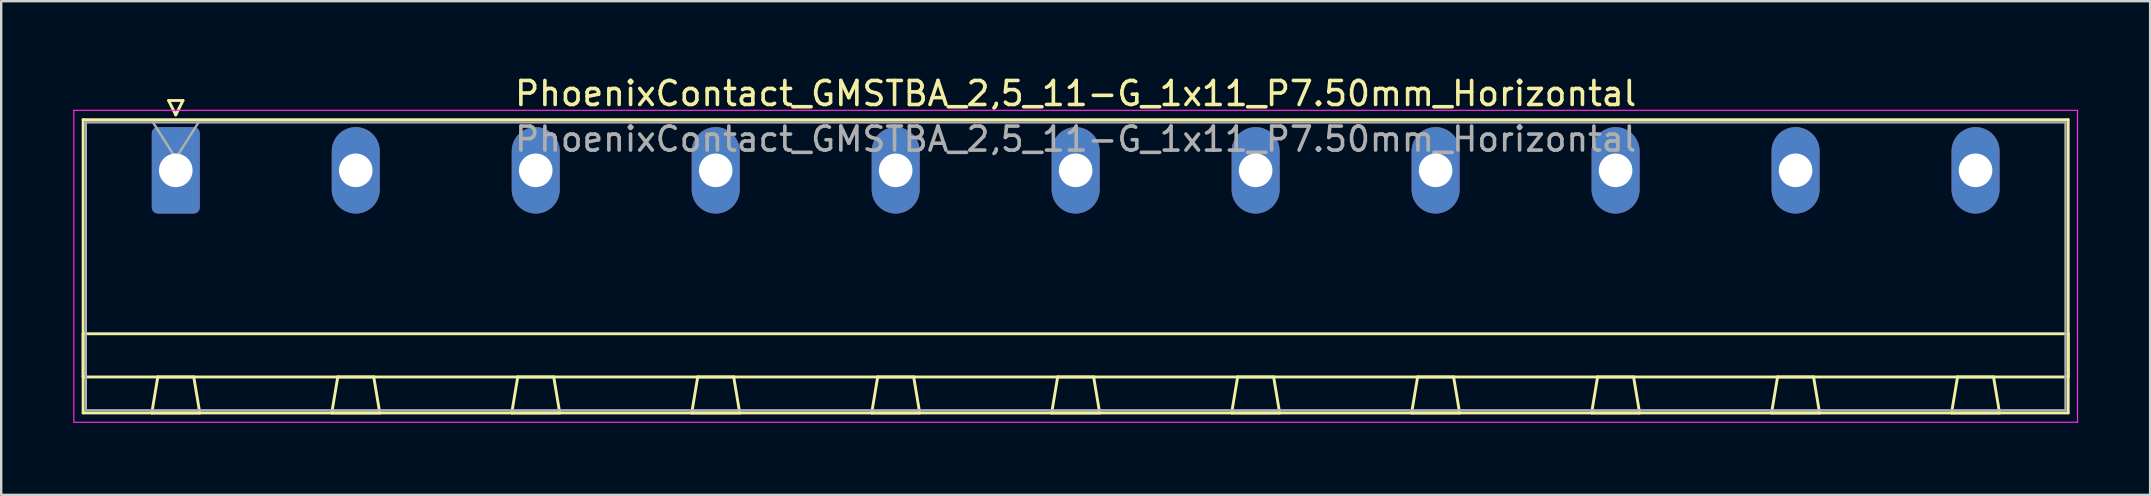
<source format=kicad_pcb>
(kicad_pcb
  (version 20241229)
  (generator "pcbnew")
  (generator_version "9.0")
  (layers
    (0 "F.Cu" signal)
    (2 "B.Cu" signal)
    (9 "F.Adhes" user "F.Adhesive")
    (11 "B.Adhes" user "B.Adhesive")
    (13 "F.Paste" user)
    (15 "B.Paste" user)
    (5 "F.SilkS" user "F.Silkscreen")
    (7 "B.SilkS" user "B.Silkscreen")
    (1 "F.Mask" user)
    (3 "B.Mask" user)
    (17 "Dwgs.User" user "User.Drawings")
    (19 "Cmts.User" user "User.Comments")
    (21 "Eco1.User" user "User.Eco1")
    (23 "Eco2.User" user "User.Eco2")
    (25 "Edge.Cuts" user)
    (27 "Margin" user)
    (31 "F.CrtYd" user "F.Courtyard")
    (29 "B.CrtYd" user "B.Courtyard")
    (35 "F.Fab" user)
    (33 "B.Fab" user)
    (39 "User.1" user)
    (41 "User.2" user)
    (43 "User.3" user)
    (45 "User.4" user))
  (footprint "PhoenixContact_GMSTBA_2,5_11-G_1x11_P7.50mm_Horizontal"
    (layer "F.Cu")
    (at 4.275 4.048)
    (property "Reference" "PhoenixContact_GMSTBA_2,5_11-G_1x11_P7.50mm_Horizontal" (at 37.5 -3.2 0) (layer "F.SilkS") (effects (font (size 1 1) (thickness 0.15))))
    (attr through_hole)
    (fp_line (start -3.86 -2.11) (end -3.86 10.11) (stroke (width 0.12) (type solid)) (layer "F.SilkS"))
    (fp_line (start -3.86 6.81) (end 78.86 6.81) (stroke (width 0.12) (type solid)) (layer "F.SilkS"))
    (fp_line (start -3.86 8.61) (end -3.86 6.81) (stroke (width 0.12) (type solid)) (layer "F.SilkS"))
    (fp_line (start -3.86 10.11) (end 78.86 10.11) (stroke (width 0.12) (type solid)) (layer "F.SilkS"))
    (fp_line (start -1 10.11) (end 1 10.11) (stroke (width 0.12) (type solid)) (layer "F.SilkS"))
    (fp_line (start -0.75 8.61) (end -1 10.11) (stroke (width 0.12) (type solid)) (layer "F.SilkS"))
    (fp_line (start -0.3 -2.91) (end 0.3 -2.91) (stroke (width 0.12) (type solid)) (layer "F.SilkS"))
    (fp_line (start 0 -2.31) (end -0.3 -2.91) (stroke (width 0.12) (type solid)) (layer "F.SilkS"))
    (fp_line (start 0.3 -2.91) (end 0 -2.31) (stroke (width 0.12) (type solid)) (layer "F.SilkS"))
    (fp_line (start 0.75 8.61) (end -0.75 8.61) (stroke (width 0.12) (type solid)) (layer "F.SilkS"))
    (fp_line (start 1 10.11) (end 0.75 8.61) (stroke (width 0.12) (type solid)) (layer "F.SilkS"))
    (fp_line (start 6.5 10.11) (end 8.5 10.11) (stroke (width 0.12) (type solid)) (layer "F.SilkS"))
    (fp_line (start 6.75 8.61) (end 6.5 10.11) (stroke (width 0.12) (type solid)) (layer "F.SilkS"))
    (fp_line (start 8.25 8.61) (end 6.75 8.61) (stroke (width 0.12) (type solid)) (layer "F.SilkS"))
    (fp_line (start 8.5 10.11) (end 8.25 8.61) (stroke (width 0.12) (type solid)) (layer "F.SilkS"))
    (fp_line (start 14 10.11) (end 16 10.11) (stroke (width 0.12) (type solid)) (layer "F.SilkS"))
    (fp_line (start 14.25 8.61) (end 14 10.11) (stroke (width 0.12) (type solid)) (layer "F.SilkS"))
    (fp_line (start 15.75 8.61) (end 14.25 8.61) (stroke (width 0.12) (type solid)) (layer "F.SilkS"))
    (fp_line (start 16 10.11) (end 15.75 8.61) (stroke (width 0.12) (type solid)) (layer "F.SilkS"))
    (fp_line (start 21.5 10.11) (end 23.5 10.11) (stroke (width 0.12) (type solid)) (layer "F.SilkS"))
    (fp_line (start 21.75 8.61) (end 21.5 10.11) (stroke (width 0.12) (type solid)) (layer "F.SilkS"))
    (fp_line (start 23.25 8.61) (end 21.75 8.61) (stroke (width 0.12) (type solid)) (layer "F.SilkS"))
    (fp_line (start 23.5 10.11) (end 23.25 8.61) (stroke (width 0.12) (type solid)) (layer "F.SilkS"))
    (fp_line (start 29 10.11) (end 31 10.11) (stroke (width 0.12) (type solid)) (layer "F.SilkS"))
    (fp_line (start 29.25 8.61) (end 29 10.11) (stroke (width 0.12) (type solid)) (layer "F.SilkS"))
    (fp_line (start 30.75 8.61) (end 29.25 8.61) (stroke (width 0.12) (type solid)) (layer "F.SilkS"))
    (fp_line (start 31 10.11) (end 30.75 8.61) (stroke (width 0.12) (type solid)) (layer "F.SilkS"))
    (fp_line (start 36.5 10.11) (end 38.5 10.11) (stroke (width 0.12) (type solid)) (layer "F.SilkS"))
    (fp_line (start 36.75 8.61) (end 36.5 10.11) (stroke (width 0.12) (type solid)) (layer "F.SilkS"))
    (fp_line (start 38.25 8.61) (end 36.75 8.61) (stroke (width 0.12) (type solid)) (layer "F.SilkS"))
    (fp_line (start 38.5 10.11) (end 38.25 8.61) (stroke (width 0.12) (type solid)) (layer "F.SilkS"))
    (fp_line (start 44 10.11) (end 46 10.11) (stroke (width 0.12) (type solid)) (layer "F.SilkS"))
    (fp_line (start 44.25 8.61) (end 44 10.11) (stroke (width 0.12) (type solid)) (layer "F.SilkS"))
    (fp_line (start 45.75 8.61) (end 44.25 8.61) (stroke (width 0.12) (type solid)) (layer "F.SilkS"))
    (fp_line (start 46 10.11) (end 45.75 8.61) (stroke (width 0.12) (type solid)) (layer "F.SilkS"))
    (fp_line (start 51.5 10.11) (end 53.5 10.11) (stroke (width 0.12) (type solid)) (layer "F.SilkS"))
    (fp_line (start 51.75 8.61) (end 51.5 10.11) (stroke (width 0.12) (type solid)) (layer "F.SilkS"))
    (fp_line (start 53.25 8.61) (end 51.75 8.61) (stroke (width 0.12) (type solid)) (layer "F.SilkS"))
    (fp_line (start 53.5 10.11) (end 53.25 8.61) (stroke (width 0.12) (type solid)) (layer "F.SilkS"))
    (fp_line (start 59 10.11) (end 61 10.11) (stroke (width 0.12) (type solid)) (layer "F.SilkS"))
    (fp_line (start 59.25 8.61) (end 59 10.11) (stroke (width 0.12) (type solid)) (layer "F.SilkS"))
    (fp_line (start 60.75 8.61) (end 59.25 8.61) (stroke (width 0.12) (type solid)) (layer "F.SilkS"))
    (fp_line (start 61 10.11) (end 60.75 8.61) (stroke (width 0.12) (type solid)) (layer "F.SilkS"))
    (fp_line (start 66.5 10.11) (end 68.5 10.11) (stroke (width 0.12) (type solid)) (layer "F.SilkS"))
    (fp_line (start 66.75 8.61) (end 66.5 10.11) (stroke (width 0.12) (type solid)) (layer "F.SilkS"))
    (fp_line (start 68.25 8.61) (end 66.75 8.61) (stroke (width 0.12) (type solid)) (layer "F.SilkS"))
    (fp_line (start 68.5 10.11) (end 68.25 8.61) (stroke (width 0.12) (type solid)) (layer "F.SilkS"))
    (fp_line (start 74 10.11) (end 76 10.11) (stroke (width 0.12) (type solid)) (layer "F.SilkS"))
    (fp_line (start 74.25 8.61) (end 74 10.11) (stroke (width 0.12) (type solid)) (layer "F.SilkS"))
    (fp_line (start 75.75 8.61) (end 74.25 8.61) (stroke (width 0.12) (type solid)) (layer "F.SilkS"))
    (fp_line (start 76 10.11) (end 75.75 8.61) (stroke (width 0.12) (type solid)) (layer "F.SilkS"))
    (fp_line (start 78.86 -2.11) (end -3.86 -2.11) (stroke (width 0.12) (type solid)) (layer "F.SilkS"))
    (fp_line (start 78.86 6.81) (end 78.86 8.61) (stroke (width 0.12) (type solid)) (layer "F.SilkS"))
    (fp_line (start 78.86 8.61) (end -3.86 8.61) (stroke (width 0.12) (type solid)) (layer "F.SilkS"))
    (fp_line (start 78.86 10.11) (end 78.86 -2.11) (stroke (width 0.12) (type solid)) (layer "F.SilkS"))
    (fp_line (start -4.25 -2.5) (end -4.25 10.5) (stroke (width 0.05) (type solid)) (layer "F.CrtYd"))
    (fp_line (start -4.25 10.5) (end 79.25 10.5) (stroke (width 0.05) (type solid)) (layer "F.CrtYd"))
    (fp_line (start 79.25 -2.5) (end -4.25 -2.5) (stroke (width 0.05) (type solid)) (layer "F.CrtYd"))
    (fp_line (start 79.25 10.5) (end 79.25 -2.5) (stroke (width 0.05) (type solid)) (layer "F.CrtYd"))
    (fp_line (start -3.75 -2) (end -3.75 10) (stroke (width 0.1) (type solid)) (layer "F.Fab"))
    (fp_line (start -3.75 10) (end 78.75 10) (stroke (width 0.1) (type solid)) (layer "F.Fab"))
    (fp_line (start 0 -0.5) (end -0.95 -2) (stroke (width 0.1) (type solid)) (layer "F.Fab"))
    (fp_line (start 0.95 -2) (end 0 -0.5) (stroke (width 0.1) (type solid)) (layer "F.Fab"))
    (fp_line (start 78.75 -2) (end -3.75 -2) (stroke (width 0.1) (type solid)) (layer "F.Fab"))
    (fp_line (start 78.75 10) (end 78.75 -2) (stroke (width 0.1) (type solid)) (layer "F.Fab"))
    (fp_text user "${REFERENCE}" (at 37.5 -1.3 0) (layer "F.Fab") (effects (font (size 1 1) (thickness 0.15))))
    (pad "1" thru_hole roundrect (at 0 0) (size 2 3.6) (drill 1.4) (layers "*.Cu" "*.Mask") (roundrect_rratio 0.125))
    (pad "2" thru_hole oval (at 7.5 0) (size 2 3.6) (drill 1.4) (layers "*.Cu" "*.Mask"))
    (pad "3" thru_hole oval (at 15 0) (size 2 3.6) (drill 1.4) (layers "*.Cu" "*.Mask"))
    (pad "4" thru_hole oval (at 22.5 0) (size 2 3.6) (drill 1.4) (layers "*.Cu" "*.Mask"))
    (pad "5" thru_hole oval (at 30 0) (size 2 3.6) (drill 1.4) (layers "*.Cu" "*.Mask"))
    (pad "6" thru_hole oval (at 37.5 0) (size 2 3.6) (drill 1.4) (layers "*.Cu" "*.Mask"))
    (pad "7" thru_hole oval (at 45 0) (size 2 3.6) (drill 1.4) (layers "*.Cu" "*.Mask"))
    (pad "8" thru_hole oval (at 52.5 0) (size 2 3.6) (drill 1.4) (layers "*.Cu" "*.Mask"))
    (pad "9" thru_hole oval (at 60 0) (size 2 3.6) (drill 1.4) (layers "*.Cu" "*.Mask"))
    (pad "10" thru_hole oval (at 67.5 0) (size 2 3.6) (drill 1.4) (layers "*.Cu" "*.Mask"))
    (pad "11" thru_hole oval (at 75 0) (size 2 3.6) (drill 1.4) (layers "*.Cu" "*.Mask")))
  (gr_rect
    (start -3 -3)
    (end 86.55 17.573)
    (stroke (width 0.1) (type default))
    (fill no)
    (layer "Edge.Cuts")))
</source>
